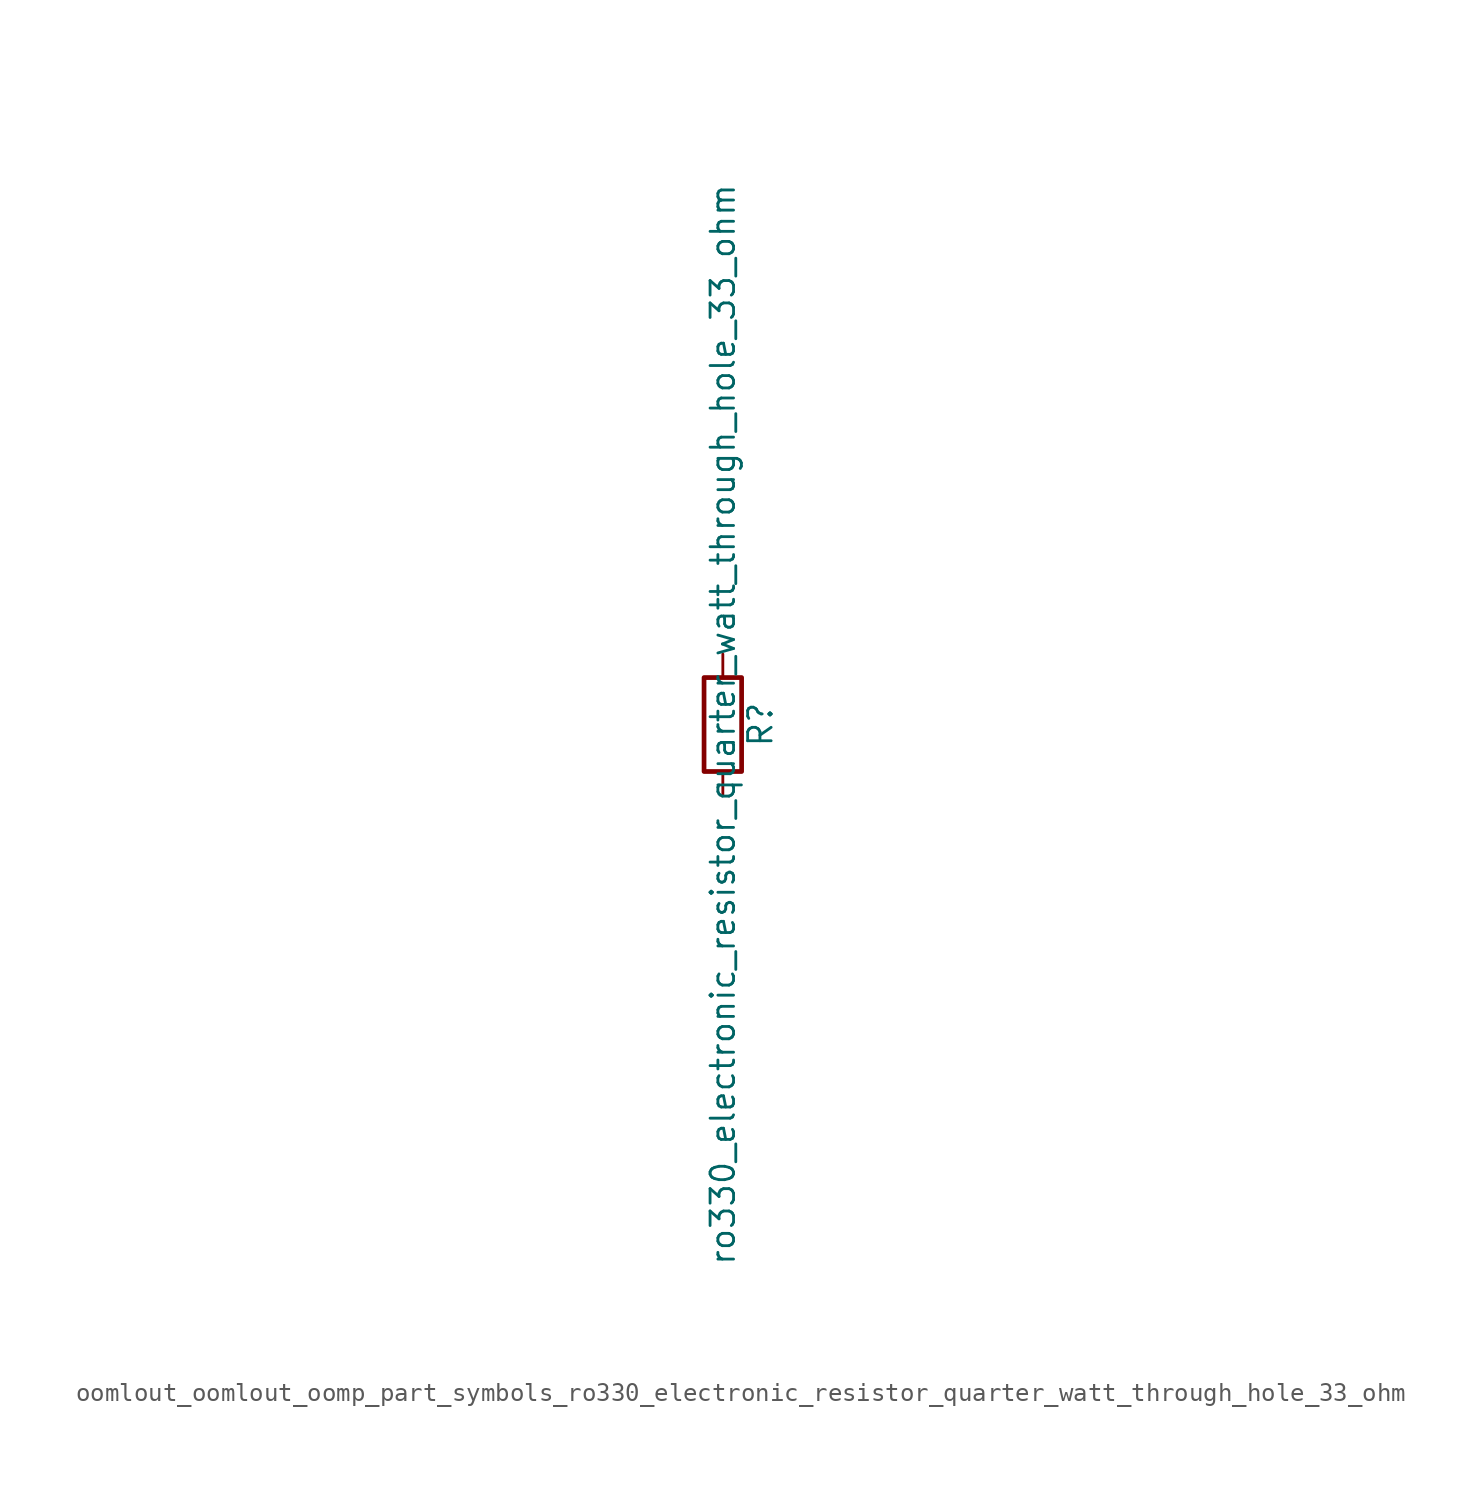
<source format=kicad_sym>
(kicad_symbol_lib
  (version 20220914)
  (generator kicad_symbol_editor)
  (symbol "oomlout_oomlout_oomp_part_symbols_ro330_electronic_resistor_quarter_watt_through_hole_33_ohm"
    (pin_numbers hide)
    (pin_names
      (offset 0))
    (property "Reference" "R"
      (at 2.032 0 90)
      (effects (font (size 1.27 1.27))))
    (property "Value" "ro330_electronic_resistor_quarter_watt_through_hole_33_ohm"
      (at 0 0 90)
      (effects (font (size 1.27 1.27))))
    (symbol "oomlout_oomlout_oomp_part_symbols_ro330_electronic_resistor_quarter_watt_through_hole_33_ohm_0_1"
      (rectangle (start -1.016 -2.54) (end 1.016 2.54) (stroke (width 0.254) (type default)) (fill (type none))))
    (symbol "oomlout_oomlout_oomp_part_symbols_ro330_electronic_resistor_quarter_watt_through_hole_33_ohm_1_1"
      (pin passive line (at 0 3.81 270) (length 1.27) (name "~" (effects (font (size 1.27 1.27)))) (number "1" (effects (font (size 1.27 1.27)))))
      (pin passive line (at 0 -3.81 90) (length 1.27) (name "~" (effects (font (size 1.27 1.27)))) (number "2" (effects (font (size 1.27 1.27))))))))
</source>
